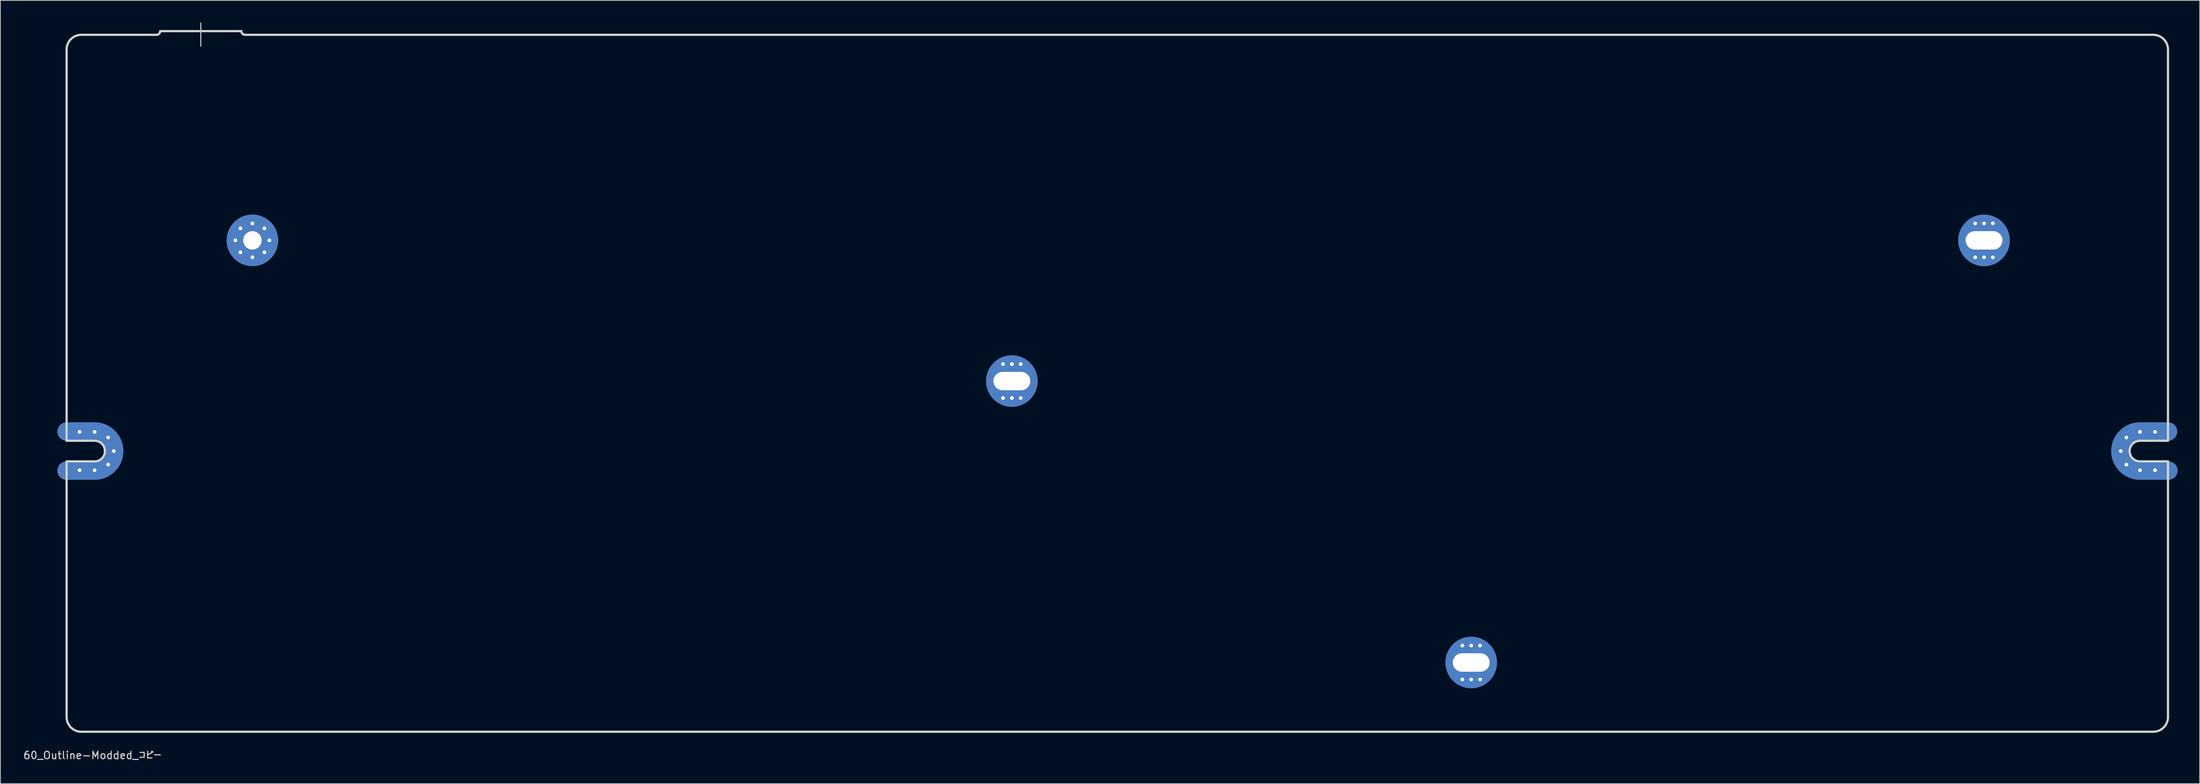
<source format=kicad_pcb>
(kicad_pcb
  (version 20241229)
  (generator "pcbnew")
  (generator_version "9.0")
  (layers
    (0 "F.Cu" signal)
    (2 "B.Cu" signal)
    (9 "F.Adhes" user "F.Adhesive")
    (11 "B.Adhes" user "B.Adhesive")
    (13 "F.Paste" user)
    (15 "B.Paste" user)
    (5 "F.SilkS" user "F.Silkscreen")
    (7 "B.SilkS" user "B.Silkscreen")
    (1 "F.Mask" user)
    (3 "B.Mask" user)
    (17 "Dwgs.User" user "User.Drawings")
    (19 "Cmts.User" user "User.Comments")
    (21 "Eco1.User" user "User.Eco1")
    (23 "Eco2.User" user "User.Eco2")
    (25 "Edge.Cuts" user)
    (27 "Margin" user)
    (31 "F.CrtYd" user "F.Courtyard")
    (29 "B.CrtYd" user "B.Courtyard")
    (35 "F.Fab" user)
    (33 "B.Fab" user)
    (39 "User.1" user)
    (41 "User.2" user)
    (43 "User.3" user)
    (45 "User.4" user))
  (footprint "60_Outline-Modded_コピー"
    (layer "F.Cu")
    (at 148.482 48.975)
    (property "Reference" "60_Outline-Modded_コピー" (at -139 50.5 0) (layer "Edge.Cuts") (effects (font (size 1 1) (thickness 0.15))))
    (attr through_hole)
    (fp_line (start -142.5 6.549) (end -138.7 6.549) (stroke (width 2.502) (type solid)) (layer "F.Cu"))
    (fp_line (start -142.5 11.851) (end -138.7 11.851) (stroke (width 2.502) (type solid)) (layer "F.Cu"))
    (fp_line (start 138.7 6.549) (end 142.5 6.549) (stroke (width 2.502) (type solid)) (layer "F.Cu"))
    (fp_line (start 138.7 11.851) (end 142.55 11.851) (stroke (width 2.502) (type solid)) (layer "F.Cu"))
    (fp_arc (start -138.7 6.54905) (mid -136.825495 7.325495) (end -136.04905 9.2) (stroke (width 2.5019) (type solid)) (layer "F.Cu"))
    (fp_arc (start -136.04905 9.2) (mid -136.825495 11.074505) (end -138.7 11.85095) (stroke (width 2.5019) (type solid)) (layer "F.Cu"))
    (fp_arc (start 136.04905 9.2) (mid 136.825495 7.325495) (end 138.7 6.54905) (stroke (width 2.5019) (type solid)) (layer "F.Cu"))
    (fp_arc (start 138.7 11.85095) (mid 136.825495 11.074505) (end 136.04905 9.2) (stroke (width 2.5019) (type solid)) (layer "F.Cu"))
    (fp_line (start -142.5 6.549) (end -138.7 6.549) (stroke (width 2.502) (type solid)) (layer "F.Mask"))
    (fp_line (start -142.5 11.851) (end -138.7 11.851) (stroke (width 2.502) (type solid)) (layer "F.Mask"))
    (fp_line (start 138.7 6.549) (end 142.5 6.549) (stroke (width 2.502) (type solid)) (layer "F.Mask"))
    (fp_line (start 138.7 11.851) (end 142.55 11.851) (stroke (width 2.502) (type solid)) (layer "F.Mask"))
    (fp_arc (start -138.7 6.54905) (mid -136.825495 7.325495) (end -136.04905 9.2) (stroke (width 2.5019) (type solid)) (layer "F.Mask"))
    (fp_arc (start -136.04905 9.2) (mid -136.825495 11.074505) (end -138.7 11.85095) (stroke (width 2.5019) (type solid)) (layer "F.Mask"))
    (fp_arc (start 136.04905 9.2) (mid 136.825495 7.325495) (end 138.7 6.54905) (stroke (width 2.5019) (type solid)) (layer "F.Mask"))
    (fp_arc (start 138.7 11.85095) (mid 136.825495 11.074505) (end 136.04905 9.2) (stroke (width 2.5019) (type solid)) (layer "F.Mask"))
    (fp_line (start -142.5 6.549) (end -138.7 6.549) (stroke (width 2.502) (type solid)) (layer "B.Cu"))
    (fp_line (start -142.5 11.851) (end -138.7 11.851) (stroke (width 2.502) (type solid)) (layer "B.Cu"))
    (fp_line (start 138.7 6.549) (end 142.5 6.549) (stroke (width 2.502) (type solid)) (layer "B.Cu"))
    (fp_line (start 138.7 11.851) (end 142.55 11.851) (stroke (width 2.502) (type solid)) (layer "B.Cu"))
    (fp_arc (start -138.7 6.54905) (mid -136.825495 7.325495) (end -136.04905 9.2) (stroke (width 2.5019) (type solid)) (layer "B.Cu"))
    (fp_arc (start -136.04905 9.2) (mid -136.825495 11.074505) (end -138.7 11.85095) (stroke (width 2.5019) (type solid)) (layer "B.Cu"))
    (fp_arc (start 136.04905 9.2) (mid 136.825495 7.325495) (end 138.7 6.54905) (stroke (width 2.5019) (type solid)) (layer "B.Cu"))
    (fp_arc (start 138.7 11.85095) (mid 136.825495 11.074505) (end 136.04905 9.2) (stroke (width 2.5019) (type solid)) (layer "B.Cu"))
    (fp_line (start -142.5 6.549) (end -138.7 6.549) (stroke (width 2.502) (type solid)) (layer "B.Mask"))
    (fp_line (start -142.5 11.851) (end -138.7 11.851) (stroke (width 2.502) (type solid)) (layer "B.Mask"))
    (fp_line (start 138.7 6.549) (end 142.5 6.549) (stroke (width 2.502) (type solid)) (layer "B.Mask"))
    (fp_line (start 138.7 11.851) (end 142.55 11.851) (stroke (width 2.502) (type solid)) (layer "B.Mask"))
    (fp_arc (start -138.7 6.54905) (mid -136.825495 7.325495) (end -136.04905 9.2) (stroke (width 2.5019) (type solid)) (layer "B.Mask"))
    (fp_arc (start -136.04905 9.2) (mid -136.825495 11.074505) (end -138.7 11.85095) (stroke (width 2.5019) (type solid)) (layer "B.Mask"))
    (fp_arc (start 136.04905 9.2) (mid 136.825495 7.325495) (end 138.7 6.54905) (stroke (width 2.5019) (type solid)) (layer "B.Mask"))
    (fp_arc (start 138.7 11.85095) (mid 136.825495 11.074505) (end 136.04905 9.2) (stroke (width 2.5019) (type solid)) (layer "B.Mask"))
    (fp_line (start -124.3 -48.9) (end -124.3 -45.75) (stroke (width 0.15) (type solid)) (layer "Dwgs.User"))
    (fp_line (start -142.5 7.8) (end -142.5 -45.3) (stroke (width 0.3) (type solid)) (layer "Edge.Cuts"))
    (fp_line (start -142.5 10.6) (end -138.7 10.6) (stroke (width 0.3) (type solid)) (layer "Edge.Cuts"))
    (fp_line (start -142.5 45.3) (end -142.5 10.6) (stroke (width 0.3) (type solid)) (layer "Edge.Cuts"))
    (fp_line (start -140.5 -47.3) (end -130.3 -47.3) (stroke (width 0.3) (type solid)) (layer "Edge.Cuts"))
    (fp_line (start -140.5 47.3) (end 140.5 47.3) (stroke (width 0.3) (type solid)) (layer "Edge.Cuts"))
    (fp_line (start -138.7 7.8) (end -142.5 7.8) (stroke (width 0.3) (type solid)) (layer "Edge.Cuts"))
    (fp_line (start -129.8 -47.8) (end -118.8 -47.8) (stroke (width 0.3) (type solid)) (layer "Edge.Cuts"))
    (fp_line (start 138.7 7.8) (end 142.5 7.8) (stroke (width 0.3) (type solid)) (layer "Edge.Cuts"))
    (fp_line (start 138.7 10.6) (end 142.5 10.6) (stroke (width 0.3) (type solid)) (layer "Edge.Cuts"))
    (fp_line (start 140.5 -47.3) (end -118.3 -47.3) (stroke (width 0.3) (type solid)) (layer "Edge.Cuts"))
    (fp_line (start 142.5 7.8) (end 142.5 -45.3) (stroke (width 0.3) (type solid)) (layer "Edge.Cuts"))
    (fp_line (start 142.5 10.6) (end 142.5 45.3) (stroke (width 0.3) (type solid)) (layer "Edge.Cuts"))
    (fp_arc (start -142.5 -45.3) (mid -141.914214 -46.714214) (end -140.5 -47.3) (stroke (width 0.3) (type solid)) (layer "Edge.Cuts"))
    (fp_arc (start -140.5 47.3) (mid -141.914214 46.714214) (end -142.5 45.3) (stroke (width 0.3) (type solid)) (layer "Edge.Cuts"))
    (fp_arc (start -138.7 7.8) (mid -137.710051 8.210051) (end -137.3 9.2) (stroke (width 0.3) (type solid)) (layer "Edge.Cuts"))
    (fp_arc (start -137.3 9.2) (mid -137.710051 10.189949) (end -138.7 10.6) (stroke (width 0.3) (type solid)) (layer "Edge.Cuts"))
    (fp_arc (start -129.8 -47.8) (mid -129.946447 -47.446447) (end -130.3 -47.3) (stroke (width 0.3) (type solid)) (layer "Edge.Cuts"))
    (fp_arc (start -118.3 -47.3) (mid -118.653553 -47.446447) (end -118.8 -47.8) (stroke (width 0.3) (type solid)) (layer "Edge.Cuts"))
    (fp_arc (start 137.3 9.2) (mid 137.710051 8.210051) (end 138.7 7.8) (stroke (width 0.3) (type solid)) (layer "Edge.Cuts"))
    (fp_arc (start 138.7 10.6) (mid 137.710051 10.189949) (end 137.3 9.2) (stroke (width 0.3) (type solid)) (layer "Edge.Cuts"))
    (fp_arc (start 140.5 -47.3) (mid 141.914214 -46.714214) (end 142.5 -45.3) (stroke (width 0.3) (type solid)) (layer "Edge.Cuts"))
    (fp_arc (start 142.5 45.3) (mid 141.914214 46.714214) (end 140.5 47.3) (stroke (width 0.3) (type solid)) (layer "Edge.Cuts"))
    (pad "1" thru_hole circle (at -140.742 6.6) (size 1 1) (drill 0.5) (layers "*.Cu" "*.Mask"))
    (pad "1" thru_hole circle (at -140.742 11.8) (size 1 1) (drill 0.5) (layers "*.Cu" "*.Mask"))
    (pad "1" thru_hole circle (at -138.7 6.6) (size 1 1) (drill 0.5) (layers "*.Cu" "*.Mask"))
    (pad "1" thru_hole circle (at -138.7 11.8) (size 1 1) (drill 0.5) (layers "*.Cu" "*.Mask"))
    (pad "1" thru_hole circle (at -136.862 7.362) (size 1 1) (drill 0.5) (layers "*.Cu" "*.Mask"))
    (pad "1" thru_hole circle (at -136.862 11.038) (size 1 1) (drill 0.5) (layers "*.Cu" "*.Mask"))
    (pad "1" thru_hole circle (at -136.1 9.2) (size 1 1) (drill 0.5) (layers "*.Cu" "*.Mask"))
    (pad "1" thru_hole circle (at -119.6 -19.4) (size 1 1) (drill 0.5) (layers "*.Cu" "*.Mask"))
    (pad "1" thru_hole circle (at -118.926 -21.026) (size 1 1) (drill 0.5) (layers "*.Cu" "*.Mask"))
    (pad "1" thru_hole circle (at -118.926 -17.774) (size 1 1) (drill 0.5) (layers "*.Cu" "*.Mask"))
    (pad "1" thru_hole circle (at -117.3 -21.7) (size 1 1) (drill 0.5) (layers "*.Cu" "*.Mask"))
    (pad "1" thru_hole circle (at -117.3 -19.4) (size 7.001 7.001) (drill 2.499) (layers "*.Cu" "*.Mask"))
    (pad "1" thru_hole circle (at -117.3 -17.1) (size 1 1) (drill 0.5) (layers "*.Cu" "*.Mask"))
    (pad "1" thru_hole circle (at -115.674 -21.026) (size 1 1) (drill 0.5) (layers "*.Cu" "*.Mask"))
    (pad "1" thru_hole circle (at -115.674 -17.774) (size 1 1) (drill 0.5) (layers "*.Cu" "*.Mask"))
    (pad "1" thru_hole circle (at -115 -19.4) (size 1 1) (drill 0.5) (layers "*.Cu" "*.Mask"))
    (pad "1" thru_hole circle (at -15.5 -2.6) (size 1 1) (drill 0.5) (layers "*.Cu" "*.Mask"))
    (pad "1" thru_hole circle (at -15.5 2) (size 1 1) (drill 0.5) (layers "*.Cu" "*.Mask"))
    (pad "1" thru_hole circle (at -14.3 -2.6) (size 1 1) (drill 0.5) (layers "*.Cu" "*.Mask"))
    (pad "1" thru_hole circle (at -14.3 -0.3) (size 7 7) (drill oval 5.001 2.499) (layers "*.Cu" "*.Mask"))
    (pad "1" thru_hole circle (at -14.3 2) (size 1 1) (drill 0.5) (layers "*.Cu" "*.Mask"))
    (pad "1" thru_hole circle (at -13.1 -2.6) (size 1 1) (drill 0.5) (layers "*.Cu" "*.Mask"))
    (pad "1" thru_hole circle (at -13.1 2) (size 1 1) (drill 0.5) (layers "*.Cu" "*.Mask"))
    (pad "1" thru_hole circle (at 46.8 35.6) (size 1 1) (drill 0.5) (layers "*.Cu" "*.Mask"))
    (pad "1" thru_hole circle (at 46.8 40.2) (size 1 1) (drill 0.5) (layers "*.Cu" "*.Mask"))
    (pad "1" thru_hole circle (at 48 35.6) (size 1 1) (drill 0.5) (layers "*.Cu" "*.Mask"))
    (pad "1" thru_hole circle (at 48 37.9) (size 7 7) (drill oval 5.001 2.499) (layers "*.Cu" "*.Mask"))
    (pad "1" thru_hole circle (at 48 40.2) (size 1 1) (drill 0.5) (layers "*.Cu" "*.Mask"))
    (pad "1" thru_hole circle (at 49.2 35.6) (size 1 1) (drill 0.5) (layers "*.Cu" "*.Mask"))
    (pad "1" thru_hole circle (at 49.2 40.2) (size 1 1) (drill 0.5) (layers "*.Cu" "*.Mask"))
    (pad "1" thru_hole circle (at 116.35 -21.7) (size 1 1) (drill 0.5) (layers "*.Cu" "*.Mask"))
    (pad "1" thru_hole circle (at 116.35 -17.1) (size 1 1) (drill 0.5) (layers "*.Cu" "*.Mask"))
    (pad "1" thru_hole circle (at 117.55 -21.7) (size 1 1) (drill 0.5) (layers "*.Cu" "*.Mask"))
    (pad "1" thru_hole circle (at 117.55 -19.4) (size 7 7) (drill oval 5.001 2.499) (layers "*.Cu" "*.Mask"))
    (pad "1" thru_hole circle (at 117.55 -17.1) (size 1 1) (drill 0.5) (layers "*.Cu" "*.Mask"))
    (pad "1" thru_hole circle (at 118.75 -21.717) (size 1 1) (drill 0.5) (layers "*.Cu" "*.Mask"))
    (pad "1" thru_hole circle (at 118.75 -17.1) (size 1 1) (drill 0.5) (layers "*.Cu" "*.Mask"))
    (pad "1" thru_hole circle (at 136.1 9.2) (size 1 1) (drill 0.5) (layers "*.Cu" "*.Mask"))
    (pad "1" thru_hole circle (at 136.862 7.362) (size 1 1) (drill 0.5) (layers "*.Cu" "*.Mask"))
    (pad "1" thru_hole circle (at 136.862 11.038) (size 1 1) (drill 0.5) (layers "*.Cu" "*.Mask"))
    (pad "1" thru_hole circle (at 138.7 6.6) (size 1 1) (drill 0.5) (layers "*.Cu" "*.Mask"))
    (pad "1" thru_hole circle (at 138.7 11.8) (size 1 1) (drill 0.5) (layers "*.Cu" "*.Mask"))
    (pad "1" thru_hole circle (at 140.742 6.6) (size 1 1) (drill 0.5) (layers "*.Cu" "*.Mask"))
    (pad "1" thru_hole circle (at 140.742 11.8) (size 1 1) (drill 0.5) (layers "*.Cu" "*.Mask")))
  (gr_rect
    (start -3 -3)
    (end 295.283 103.323)
    (stroke (width 0.1) (type default))
    (fill no)
    (layer "Edge.Cuts")))
</source>
